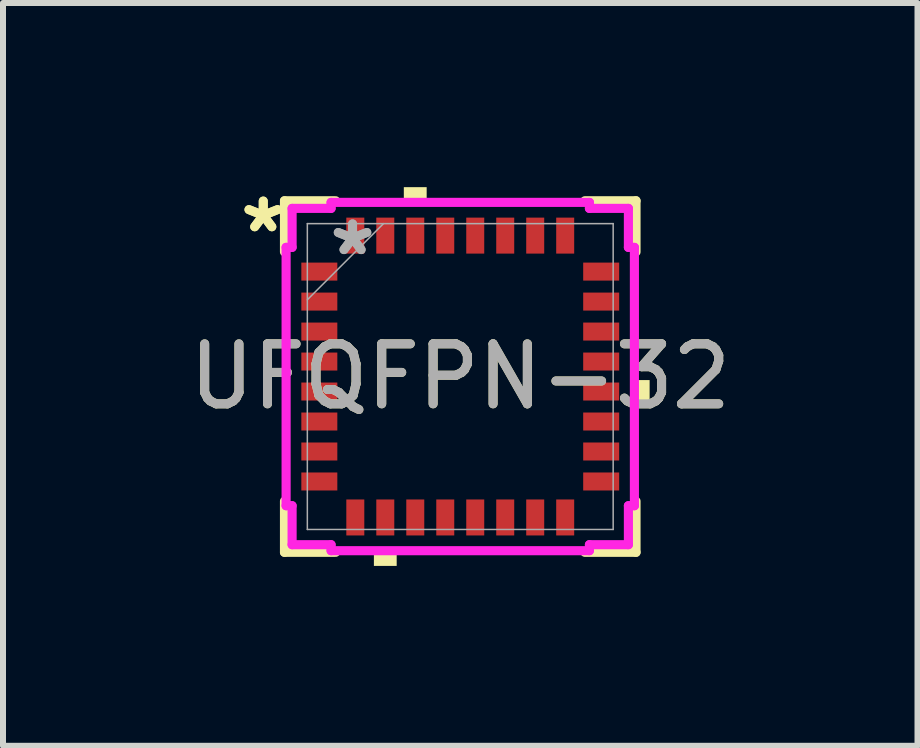
<source format=kicad_pcb>
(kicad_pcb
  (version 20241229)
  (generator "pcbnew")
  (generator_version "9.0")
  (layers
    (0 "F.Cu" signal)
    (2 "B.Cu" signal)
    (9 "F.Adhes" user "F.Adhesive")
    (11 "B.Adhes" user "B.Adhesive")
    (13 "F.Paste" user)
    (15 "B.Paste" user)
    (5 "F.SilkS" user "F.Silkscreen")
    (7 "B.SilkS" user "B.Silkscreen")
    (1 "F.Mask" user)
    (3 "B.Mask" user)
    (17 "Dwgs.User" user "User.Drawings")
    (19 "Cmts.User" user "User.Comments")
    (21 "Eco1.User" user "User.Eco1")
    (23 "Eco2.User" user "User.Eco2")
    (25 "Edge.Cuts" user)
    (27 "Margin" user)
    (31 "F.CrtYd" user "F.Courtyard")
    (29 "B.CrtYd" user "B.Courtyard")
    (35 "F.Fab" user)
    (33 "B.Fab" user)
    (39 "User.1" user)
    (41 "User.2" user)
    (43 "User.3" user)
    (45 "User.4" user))
  (footprint "UFQFPN-32"
    (layer "F.Cu")
    (at 4.625 3.229)
    (property "Reference" "UFQFPN-32" (at 0 0 0) (unlocked yes) (layer "F.SilkS") (effects (font (size 1 1) (thickness 0.15))))
    (attr smd)
    (fp_poly (pts (xy -2.65 -1.9) (xy -2.65 -1.6) (xy -2.05 -1.6) (xy -2.05 -1.9)) (stroke (width 0) (type solid)) (fill yes) (layer "F.Mask"))
    (fp_poly (pts (xy -2.65 -1.4) (xy -2.65 -1.1) (xy -2.05 -1.1) (xy -2.05 -1.4)) (stroke (width 0) (type solid)) (fill yes) (layer "F.Mask"))
    (fp_poly (pts (xy -2.65 -0.9) (xy -2.65 -0.6) (xy -2.05 -0.6) (xy -2.05 -0.9)) (stroke (width 0) (type solid)) (fill yes) (layer "F.Mask"))
    (fp_poly (pts (xy -2.65 -0.4) (xy -2.65 -0.1) (xy -2.05 -0.1) (xy -2.05 -0.4)) (stroke (width 0) (type solid)) (fill yes) (layer "F.Mask"))
    (fp_poly (pts (xy -2.65 0.1) (xy -2.65 0.4) (xy -2.05 0.4) (xy -2.05 0.1)) (stroke (width 0) (type solid)) (fill yes) (layer "F.Mask"))
    (fp_poly (pts (xy -2.65 0.6) (xy -2.65 0.9) (xy -2.05 0.9) (xy -2.05 0.6)) (stroke (width 0) (type solid)) (fill yes) (layer "F.Mask"))
    (fp_poly (pts (xy -2.65 1.1) (xy -2.65 1.4) (xy -2.05 1.4) (xy -2.05 1.1)) (stroke (width 0) (type solid)) (fill yes) (layer "F.Mask"))
    (fp_poly (pts (xy -2.65 1.6) (xy -2.65 1.9) (xy -2.05 1.9) (xy -2.05 1.6)) (stroke (width 0) (type solid)) (fill yes) (layer "F.Mask"))
    (fp_poly (pts (xy -1.9 -2.65) (xy -1.9 -2.05) (xy -1.6 -2.05) (xy -1.6 -2.65)) (stroke (width 0) (type solid)) (fill yes) (layer "F.Mask"))
    (fp_poly (pts (xy -1.9 2.05) (xy -1.9 2.65) (xy -1.6 2.65) (xy -1.6 2.05)) (stroke (width 0) (type solid)) (fill yes) (layer "F.Mask"))
    (fp_poly (pts (xy -1.4 -2.65) (xy -1.4 -2.05) (xy -1.1 -2.05) (xy -1.1 -2.65)) (stroke (width 0) (type solid)) (fill yes) (layer "F.Mask"))
    (fp_poly (pts (xy -1.4 2.05) (xy -1.4 2.65) (xy -1.1 2.65) (xy -1.1 2.05)) (stroke (width 0) (type solid)) (fill yes) (layer "F.Mask"))
    (fp_poly (pts (xy -0.9 -2.65) (xy -0.9 -2.05) (xy -0.6 -2.05) (xy -0.6 -2.65)) (stroke (width 0) (type solid)) (fill yes) (layer "F.Mask"))
    (fp_poly (pts (xy -0.9 2.05) (xy -0.9 2.65) (xy -0.6 2.65) (xy -0.6 2.05)) (stroke (width 0) (type solid)) (fill yes) (layer "F.Mask"))
    (fp_poly (pts (xy -0.4 -2.65) (xy -0.4 -2.05) (xy -0.1 -2.05) (xy -0.1 -2.65)) (stroke (width 0) (type solid)) (fill yes) (layer "F.Mask"))
    (fp_poly (pts (xy -0.4 2.05) (xy -0.4 2.65) (xy -0.1 2.65) (xy -0.1 2.05)) (stroke (width 0) (type solid)) (fill yes) (layer "F.Mask"))
    (fp_poly (pts (xy 0.1 -2.65) (xy 0.1 -2.05) (xy 0.4 -2.05) (xy 0.4 -2.65)) (stroke (width 0) (type solid)) (fill yes) (layer "F.Mask"))
    (fp_poly (pts (xy 0.1 2.05) (xy 0.1 2.65) (xy 0.4 2.65) (xy 0.4 2.05)) (stroke (width 0) (type solid)) (fill yes) (layer "F.Mask"))
    (fp_poly (pts (xy 0.6 -2.65) (xy 0.6 -2.05) (xy 0.9 -2.05) (xy 0.9 -2.65)) (stroke (width 0) (type solid)) (fill yes) (layer "F.Mask"))
    (fp_poly (pts (xy 0.6 2.05) (xy 0.6 2.65) (xy 0.9 2.65) (xy 0.9 2.05)) (stroke (width 0) (type solid)) (fill yes) (layer "F.Mask"))
    (fp_poly (pts (xy 1.1 -2.65) (xy 1.1 -2.05) (xy 1.4 -2.05) (xy 1.4 -2.65)) (stroke (width 0) (type solid)) (fill yes) (layer "F.Mask"))
    (fp_poly (pts (xy 1.1 2.05) (xy 1.1 2.65) (xy 1.4 2.65) (xy 1.4 2.05)) (stroke (width 0) (type solid)) (fill yes) (layer "F.Mask"))
    (fp_poly (pts (xy 1.6 -2.65) (xy 1.6 -2.05) (xy 1.9 -2.05) (xy 1.9 -2.65)) (stroke (width 0) (type solid)) (fill yes) (layer "F.Mask"))
    (fp_poly (pts (xy 1.6 2.05) (xy 1.6 2.65) (xy 1.9 2.65) (xy 1.9 2.05)) (stroke (width 0) (type solid)) (fill yes) (layer "F.Mask"))
    (fp_poly (pts (xy 2.05 -1.9) (xy 2.05 -1.6) (xy 2.65 -1.6) (xy 2.65 -1.9)) (stroke (width 0) (type solid)) (fill yes) (layer "F.Mask"))
    (fp_poly (pts (xy 2.05 -1.4) (xy 2.05 -1.1) (xy 2.65 -1.1) (xy 2.65 -1.4)) (stroke (width 0) (type solid)) (fill yes) (layer "F.Mask"))
    (fp_poly (pts (xy 2.05 -0.9) (xy 2.05 -0.6) (xy 2.65 -0.6) (xy 2.65 -0.9)) (stroke (width 0) (type solid)) (fill yes) (layer "F.Mask"))
    (fp_poly (pts (xy 2.05 -0.4) (xy 2.05 -0.1) (xy 2.65 -0.1) (xy 2.65 -0.4)) (stroke (width 0) (type solid)) (fill yes) (layer "F.Mask"))
    (fp_poly (pts (xy 2.05 0.1) (xy 2.05 0.4) (xy 2.65 0.4) (xy 2.65 0.1)) (stroke (width 0) (type solid)) (fill yes) (layer "F.Mask"))
    (fp_poly (pts (xy 2.05 0.6) (xy 2.05 0.9) (xy 2.65 0.9) (xy 2.65 0.6)) (stroke (width 0) (type solid)) (fill yes) (layer "F.Mask"))
    (fp_poly (pts (xy 2.05 1.1) (xy 2.05 1.4) (xy 2.65 1.4) (xy 2.65 1.1)) (stroke (width 0) (type solid)) (fill yes) (layer "F.Mask"))
    (fp_poly (pts (xy 2.05 1.6) (xy 2.05 1.9) (xy 2.65 1.9) (xy 2.65 1.6)) (stroke (width 0) (type solid)) (fill yes) (layer "F.Mask"))
    (fp_line (start -2.931 -2.931) (end -2.931 -2.078) (stroke (width 0.152) (type solid)) (layer "F.SilkS"))
    (fp_line (start -2.931 2.078) (end -2.931 2.931) (stroke (width 0.152) (type solid)) (layer "F.SilkS"))
    (fp_line (start -2.931 2.931) (end -2.078 2.931) (stroke (width 0.152) (type solid)) (layer "F.SilkS"))
    (fp_line (start -2.078 -2.931) (end -2.931 -2.931) (stroke (width 0.152) (type solid)) (layer "F.SilkS"))
    (fp_line (start 2.078 2.931) (end 2.931 2.931) (stroke (width 0.152) (type solid)) (layer "F.SilkS"))
    (fp_line (start 2.931 -2.931) (end 2.078 -2.931) (stroke (width 0.152) (type solid)) (layer "F.SilkS"))
    (fp_line (start 2.931 -2.078) (end 2.931 -2.931) (stroke (width 0.152) (type solid)) (layer "F.SilkS"))
    (fp_line (start 2.931 2.931) (end 2.931 2.078) (stroke (width 0.152) (type solid)) (layer "F.SilkS"))
    (fp_poly (pts (xy -1.44 2.904) (xy -1.44 3.158) (xy -1.06 3.158) (xy -1.06 2.904)) (stroke (width 0) (type solid)) (fill yes) (layer "F.SilkS"))
    (fp_poly (pts (xy -0.941 -2.904) (xy -0.941 -3.158) (xy -0.56 -3.158) (xy -0.56 -2.904)) (stroke (width 0) (type solid)) (fill yes) (layer "F.SilkS"))
    (fp_poly (pts (xy 3.158 0.059) (xy 3.158 0.441) (xy 2.904 0.441) (xy 2.904 0.059)) (stroke (width 0) (type solid)) (fill yes) (layer "F.SilkS"))
    (fp_poly (pts (xy -2.65 -1.9) (xy -2.65 -1.6) (xy -2.05 -1.6) (xy -2.05 -1.9)) (stroke (width 0) (type solid)) (fill yes) (layer "F.Paste"))
    (fp_poly (pts (xy -2.65 -1.4) (xy -2.65 -1.1) (xy -2.05 -1.1) (xy -2.05 -1.4)) (stroke (width 0) (type solid)) (fill yes) (layer "F.Paste"))
    (fp_poly (pts (xy -2.65 -0.9) (xy -2.65 -0.6) (xy -2.05 -0.6) (xy -2.05 -0.9)) (stroke (width 0) (type solid)) (fill yes) (layer "F.Paste"))
    (fp_poly (pts (xy -2.65 -0.4) (xy -2.65 -0.1) (xy -2.05 -0.1) (xy -2.05 -0.4)) (stroke (width 0) (type solid)) (fill yes) (layer "F.Paste"))
    (fp_poly (pts (xy -2.65 0.1) (xy -2.65 0.4) (xy -2.05 0.4) (xy -2.05 0.1)) (stroke (width 0) (type solid)) (fill yes) (layer "F.Paste"))
    (fp_poly (pts (xy -2.65 0.6) (xy -2.65 0.9) (xy -2.05 0.9) (xy -2.05 0.6)) (stroke (width 0) (type solid)) (fill yes) (layer "F.Paste"))
    (fp_poly (pts (xy -2.65 1.1) (xy -2.65 1.4) (xy -2.05 1.4) (xy -2.05 1.1)) (stroke (width 0) (type solid)) (fill yes) (layer "F.Paste"))
    (fp_poly (pts (xy -2.65 1.6) (xy -2.65 1.9) (xy -2.05 1.9) (xy -2.05 1.6)) (stroke (width 0) (type solid)) (fill yes) (layer "F.Paste"))
    (fp_poly (pts (xy -1.9 -2.65) (xy -1.9 -2.05) (xy -1.6 -2.05) (xy -1.6 -2.65)) (stroke (width 0) (type solid)) (fill yes) (layer "F.Paste"))
    (fp_poly (pts (xy -1.9 2.05) (xy -1.9 2.65) (xy -1.6 2.65) (xy -1.6 2.05)) (stroke (width 0) (type solid)) (fill yes) (layer "F.Paste"))
    (fp_poly (pts (xy -1.4 -2.65) (xy -1.4 -2.05) (xy -1.1 -2.05) (xy -1.1 -2.65)) (stroke (width 0) (type solid)) (fill yes) (layer "F.Paste"))
    (fp_poly (pts (xy -1.4 2.05) (xy -1.4 2.65) (xy -1.1 2.65) (xy -1.1 2.05)) (stroke (width 0) (type solid)) (fill yes) (layer "F.Paste"))
    (fp_poly (pts (xy -0.9 -2.65) (xy -0.9 -2.05) (xy -0.6 -2.05) (xy -0.6 -2.65)) (stroke (width 0) (type solid)) (fill yes) (layer "F.Paste"))
    (fp_poly (pts (xy -0.9 2.05) (xy -0.9 2.65) (xy -0.6 2.65) (xy -0.6 2.05)) (stroke (width 0) (type solid)) (fill yes) (layer "F.Paste"))
    (fp_poly (pts (xy -0.4 -2.65) (xy -0.4 -2.05) (xy -0.1 -2.05) (xy -0.1 -2.65)) (stroke (width 0) (type solid)) (fill yes) (layer "F.Paste"))
    (fp_poly (pts (xy -0.4 2.05) (xy -0.4 2.65) (xy -0.1 2.65) (xy -0.1 2.05)) (stroke (width 0) (type solid)) (fill yes) (layer "F.Paste"))
    (fp_poly (pts (xy 0.1 -2.65) (xy 0.1 -2.05) (xy 0.4 -2.05) (xy 0.4 -2.65)) (stroke (width 0) (type solid)) (fill yes) (layer "F.Paste"))
    (fp_poly (pts (xy 0.1 2.05) (xy 0.1 2.65) (xy 0.4 2.65) (xy 0.4 2.05)) (stroke (width 0) (type solid)) (fill yes) (layer "F.Paste"))
    (fp_poly (pts (xy 0.6 -2.65) (xy 0.6 -2.05) (xy 0.9 -2.05) (xy 0.9 -2.65)) (stroke (width 0) (type solid)) (fill yes) (layer "F.Paste"))
    (fp_poly (pts (xy 0.6 2.05) (xy 0.6 2.65) (xy 0.9 2.65) (xy 0.9 2.05)) (stroke (width 0) (type solid)) (fill yes) (layer "F.Paste"))
    (fp_poly (pts (xy 1.1 -2.65) (xy 1.1 -2.05) (xy 1.4 -2.05) (xy 1.4 -2.65)) (stroke (width 0) (type solid)) (fill yes) (layer "F.Paste"))
    (fp_poly (pts (xy 1.1 2.05) (xy 1.1 2.65) (xy 1.4 2.65) (xy 1.4 2.05)) (stroke (width 0) (type solid)) (fill yes) (layer "F.Paste"))
    (fp_poly (pts (xy 1.6 -2.65) (xy 1.6 -2.05) (xy 1.9 -2.05) (xy 1.9 -2.65)) (stroke (width 0) (type solid)) (fill yes) (layer "F.Paste"))
    (fp_poly (pts (xy 1.6 2.05) (xy 1.6 2.65) (xy 1.9 2.65) (xy 1.9 2.05)) (stroke (width 0) (type solid)) (fill yes) (layer "F.Paste"))
    (fp_poly (pts (xy 2.05 -1.9) (xy 2.05 -1.6) (xy 2.65 -1.6) (xy 2.65 -1.9)) (stroke (width 0) (type solid)) (fill yes) (layer "F.Paste"))
    (fp_poly (pts (xy 2.05 -1.4) (xy 2.05 -1.1) (xy 2.65 -1.1) (xy 2.65 -1.4)) (stroke (width 0) (type solid)) (fill yes) (layer "F.Paste"))
    (fp_poly (pts (xy 2.05 -0.9) (xy 2.05 -0.6) (xy 2.65 -0.6) (xy 2.65 -0.9)) (stroke (width 0) (type solid)) (fill yes) (layer "F.Paste"))
    (fp_poly (pts (xy 2.05 -0.4) (xy 2.05 -0.1) (xy 2.65 -0.1) (xy 2.65 -0.4)) (stroke (width 0) (type solid)) (fill yes) (layer "F.Paste"))
    (fp_poly (pts (xy 2.05 0.1) (xy 2.05 0.4) (xy 2.65 0.4) (xy 2.65 0.1)) (stroke (width 0) (type solid)) (fill yes) (layer "F.Paste"))
    (fp_poly (pts (xy 2.05 0.6) (xy 2.05 0.9) (xy 2.65 0.9) (xy 2.65 0.6)) (stroke (width 0) (type solid)) (fill yes) (layer "F.Paste"))
    (fp_poly (pts (xy 2.05 1.1) (xy 2.05 1.4) (xy 2.65 1.4) (xy 2.65 1.1)) (stroke (width 0) (type solid)) (fill yes) (layer "F.Paste"))
    (fp_poly (pts (xy 2.05 1.6) (xy 2.05 1.9) (xy 2.65 1.9) (xy 2.65 1.6)) (stroke (width 0) (type solid)) (fill yes) (layer "F.Paste"))
    (fp_line (start -2.904 -2.154) (end -2.804 -2.154) (stroke (width 0.152) (type solid)) (layer "F.CrtYd"))
    (fp_line (start -2.904 2.154) (end -2.904 -2.154) (stroke (width 0.152) (type solid)) (layer "F.CrtYd"))
    (fp_line (start -2.804 -2.804) (end -2.154 -2.804) (stroke (width 0.152) (type solid)) (layer "F.CrtYd"))
    (fp_line (start -2.804 -2.154) (end -2.804 -2.804) (stroke (width 0.152) (type solid)) (layer "F.CrtYd"))
    (fp_line (start -2.804 2.154) (end -2.904 2.154) (stroke (width 0.152) (type solid)) (layer "F.CrtYd"))
    (fp_line (start -2.804 2.804) (end -2.804 2.154) (stroke (width 0.152) (type solid)) (layer "F.CrtYd"))
    (fp_line (start -2.154 -2.904) (end 2.154 -2.904) (stroke (width 0.152) (type solid)) (layer "F.CrtYd"))
    (fp_line (start -2.154 -2.804) (end -2.154 -2.904) (stroke (width 0.152) (type solid)) (layer "F.CrtYd"))
    (fp_line (start -2.154 2.804) (end -2.804 2.804) (stroke (width 0.152) (type solid)) (layer "F.CrtYd"))
    (fp_line (start -2.154 2.904) (end -2.154 2.804) (stroke (width 0.152) (type solid)) (layer "F.CrtYd"))
    (fp_line (start 2.154 -2.904) (end 2.154 -2.804) (stroke (width 0.152) (type solid)) (layer "F.CrtYd"))
    (fp_line (start 2.154 -2.804) (end 2.804 -2.804) (stroke (width 0.152) (type solid)) (layer "F.CrtYd"))
    (fp_line (start 2.154 2.804) (end 2.154 2.904) (stroke (width 0.152) (type solid)) (layer "F.CrtYd"))
    (fp_line (start 2.154 2.904) (end -2.154 2.904) (stroke (width 0.152) (type solid)) (layer "F.CrtYd"))
    (fp_line (start 2.804 -2.804) (end 2.804 -2.154) (stroke (width 0.152) (type solid)) (layer "F.CrtYd"))
    (fp_line (start 2.804 -2.154) (end 2.904 -2.154) (stroke (width 0.152) (type solid)) (layer "F.CrtYd"))
    (fp_line (start 2.804 2.154) (end 2.804 2.804) (stroke (width 0.152) (type solid)) (layer "F.CrtYd"))
    (fp_line (start 2.804 2.804) (end 2.154 2.804) (stroke (width 0.152) (type solid)) (layer "F.CrtYd"))
    (fp_line (start 2.904 -2.154) (end 2.904 2.154) (stroke (width 0.152) (type solid)) (layer "F.CrtYd"))
    (fp_line (start 2.904 2.154) (end 2.804 2.154) (stroke (width 0.152) (type solid)) (layer "F.CrtYd"))
    (fp_line (start -2.55 -2.55) (end -2.55 2.55) (stroke (width 0.025) (type solid)) (layer "F.Fab"))
    (fp_line (start -2.55 -1.28) (end -1.28 -2.55) (stroke (width 0.025) (type solid)) (layer "F.Fab"))
    (fp_line (start -2.55 2.55) (end 2.55 2.55) (stroke (width 0.025) (type solid)) (layer "F.Fab"))
    (fp_line (start 2.55 -2.55) (end -2.55 -2.55) (stroke (width 0.025) (type solid)) (layer "F.Fab"))
    (fp_line (start 2.55 2.55) (end 2.55 -2.55) (stroke (width 0.025) (type solid)) (layer "F.Fab"))
    (fp_text user "*" (at -3.285 -2.381 0) (layer "F.SilkS") (effects (font (size 1 1) (thickness 0.15))))
    (fp_text user "*" (at -3.285 -2.381 0) (unlocked yes) (layer "F.SilkS") (effects (font (size 1 1) (thickness 0.15))))
    (fp_text user "*" (at -1.796 -2 0) (layer "F.Fab") (effects (font (size 1 1) (thickness 0.15))))
    (fp_text user "${REFERENCE}" (at 0 0 0) (unlocked yes) (layer "F.Fab") (effects (font (size 1 1) (thickness 0.15))))
    (fp_text user "*" (at -1.796 -2 0) (unlocked yes) (layer "F.Fab") (effects (font (size 1 1) (thickness 0.15))))
    (pad "1" smd rect (at -2.35 -1.75 90) (size 0.3 0.6) (layers "F.Cu" "F.Mask" "F.Paste"))
    (pad "2" smd rect (at -2.35 -1.25 90) (size 0.3 0.6) (layers "F.Cu" "F.Mask" "F.Paste"))
    (pad "3" smd rect (at -2.35 -0.75 90) (size 0.3 0.6) (layers "F.Cu" "F.Mask" "F.Paste"))
    (pad "4" smd rect (at -2.35 -0.25 90) (size 0.3 0.6) (layers "F.Cu" "F.Mask" "F.Paste"))
    (pad "5" smd rect (at -2.35 0.25 90) (size 0.3 0.6) (layers "F.Cu" "F.Mask" "F.Paste"))
    (pad "6" smd rect (at -2.35 0.75 90) (size 0.3 0.6) (layers "F.Cu" "F.Mask" "F.Paste"))
    (pad "7" smd rect (at -2.35 1.25 90) (size 0.3 0.6) (layers "F.Cu" "F.Mask" "F.Paste"))
    (pad "8" smd rect (at -2.35 1.75 90) (size 0.3 0.6) (layers "F.Cu" "F.Mask" "F.Paste"))
    (pad "9" smd rect (at -1.75 2.35) (size 0.3 0.6) (layers "F.Cu" "F.Mask" "F.Paste"))
    (pad "10" smd rect (at -1.25 2.35) (size 0.3 0.6) (layers "F.Cu" "F.Mask" "F.Paste"))
    (pad "11" smd rect (at -0.75 2.35) (size 0.3 0.6) (layers "F.Cu" "F.Mask" "F.Paste"))
    (pad "12" smd rect (at -0.25 2.35) (size 0.3 0.6) (layers "F.Cu" "F.Mask" "F.Paste"))
    (pad "13" smd rect (at 0.25 2.35) (size 0.3 0.6) (layers "F.Cu" "F.Mask" "F.Paste"))
    (pad "14" smd rect (at 0.75 2.35) (size 0.3 0.6) (layers "F.Cu" "F.Mask" "F.Paste"))
    (pad "15" smd rect (at 1.25 2.35) (size 0.3 0.6) (layers "F.Cu" "F.Mask" "F.Paste"))
    (pad "16" smd rect (at 1.75 2.35) (size 0.3 0.6) (layers "F.Cu" "F.Mask" "F.Paste"))
    (pad "17" smd rect (at 2.35 1.75 90) (size 0.3 0.6) (layers "F.Cu" "F.Mask" "F.Paste"))
    (pad "18" smd rect (at 2.35 1.25 90) (size 0.3 0.6) (layers "F.Cu" "F.Mask" "F.Paste"))
    (pad "19" smd rect (at 2.35 0.75 90) (size 0.3 0.6) (layers "F.Cu" "F.Mask" "F.Paste"))
    (pad "20" smd rect (at 2.35 0.25 90) (size 0.3 0.6) (layers "F.Cu" "F.Mask" "F.Paste"))
    (pad "21" smd rect (at 2.35 -0.25 90) (size 0.3 0.6) (layers "F.Cu" "F.Mask" "F.Paste"))
    (pad "22" smd rect (at 2.35 -0.75 90) (size 0.3 0.6) (layers "F.Cu" "F.Mask" "F.Paste"))
    (pad "23" smd rect (at 2.35 -1.25 90) (size 0.3 0.6) (layers "F.Cu" "F.Mask" "F.Paste"))
    (pad "24" smd rect (at 2.35 -1.75 90) (size 0.3 0.6) (layers "F.Cu" "F.Mask" "F.Paste"))
    (pad "25" smd rect (at 1.75 -2.35) (size 0.3 0.6) (layers "F.Cu" "F.Mask" "F.Paste"))
    (pad "26" smd rect (at 1.25 -2.35) (size 0.3 0.6) (layers "F.Cu" "F.Mask" "F.Paste"))
    (pad "27" smd rect (at 0.75 -2.35) (size 0.3 0.6) (layers "F.Cu" "F.Mask" "F.Paste"))
    (pad "28" smd rect (at 0.25 -2.35) (size 0.3 0.6) (layers "F.Cu" "F.Mask" "F.Paste"))
    (pad "29" smd rect (at -0.25 -2.35) (size 0.3 0.6) (layers "F.Cu" "F.Mask" "F.Paste"))
    (pad "30" smd rect (at -0.75 -2.35) (size 0.3 0.6) (layers "F.Cu" "F.Mask" "F.Paste"))
    (pad "31" smd rect (at -1.25 -2.35) (size 0.3 0.6) (layers "F.Cu" "F.Mask" "F.Paste"))
    (pad "32" smd rect (at -1.75 -2.35) (size 0.3 0.6) (layers "F.Cu" "F.Mask" "F.Paste")))
  (gr_rect
    (start -3 -3)
    (end 12.25 9.387)
    (stroke (width 0.1) (type default))
    (fill no)
    (layer "Edge.Cuts")))
</source>
